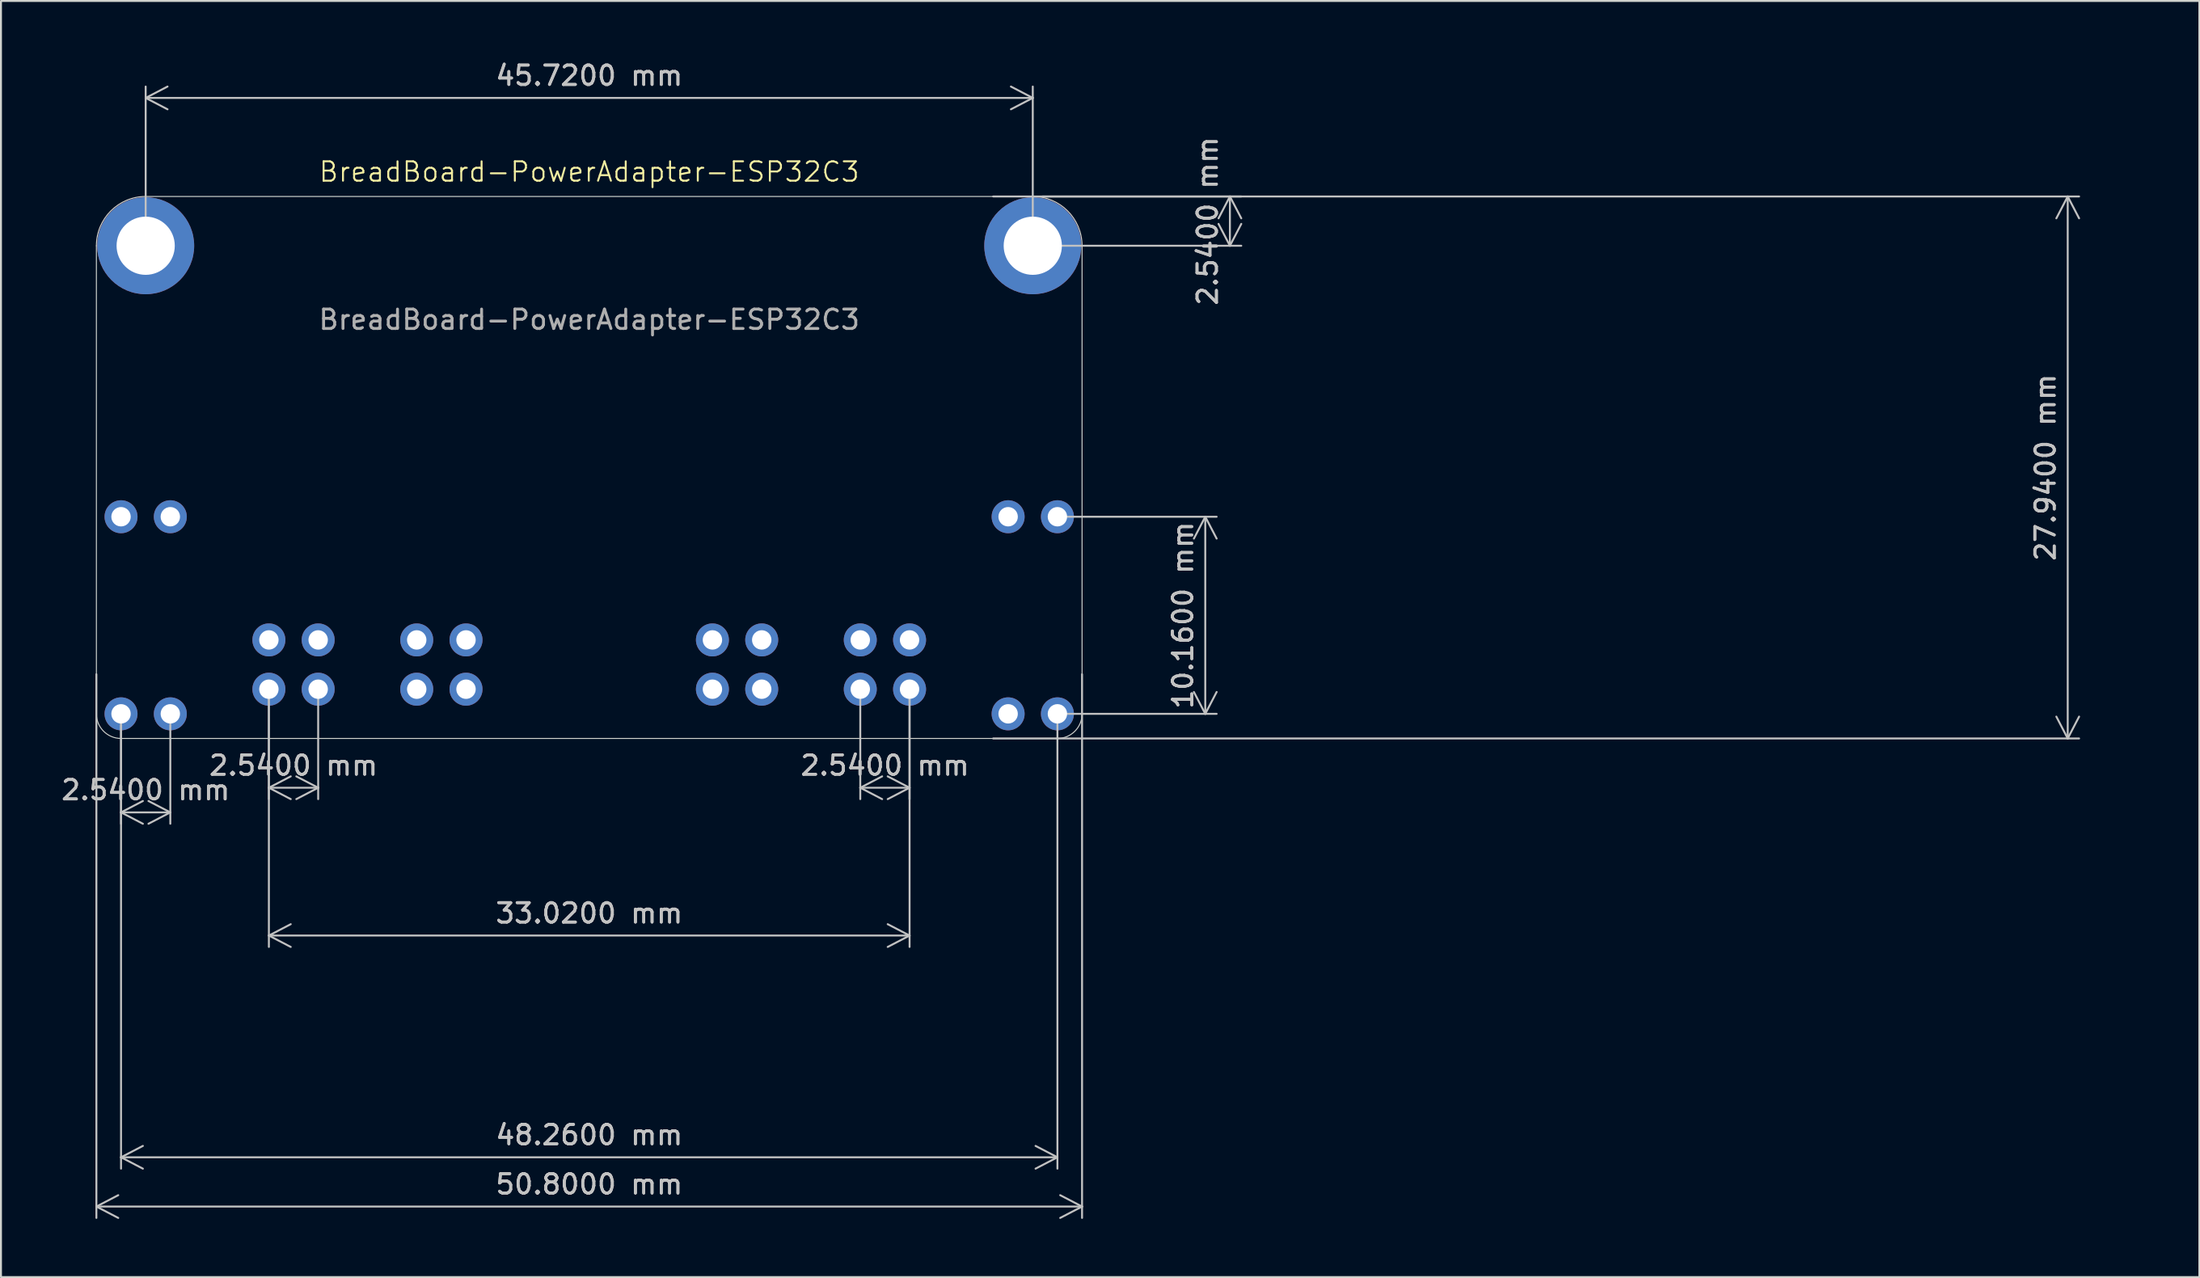
<source format=kicad_pcb>
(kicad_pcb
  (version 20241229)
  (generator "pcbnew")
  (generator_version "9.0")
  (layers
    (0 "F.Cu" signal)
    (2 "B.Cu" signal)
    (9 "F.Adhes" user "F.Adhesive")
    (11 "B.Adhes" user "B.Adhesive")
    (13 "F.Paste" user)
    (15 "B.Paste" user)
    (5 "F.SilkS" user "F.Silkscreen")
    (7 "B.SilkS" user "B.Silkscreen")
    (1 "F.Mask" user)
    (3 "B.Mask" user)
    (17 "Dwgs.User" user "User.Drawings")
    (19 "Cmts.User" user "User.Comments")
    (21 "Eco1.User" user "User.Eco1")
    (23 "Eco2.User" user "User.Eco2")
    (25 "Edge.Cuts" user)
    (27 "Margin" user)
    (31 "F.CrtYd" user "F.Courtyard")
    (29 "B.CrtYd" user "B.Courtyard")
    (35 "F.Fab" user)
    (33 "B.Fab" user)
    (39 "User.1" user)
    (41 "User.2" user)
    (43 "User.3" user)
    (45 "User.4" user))
  (footprint "BreadBoard-PowerAdapter-ESP32C3"
    (layer "F.Cu")
    (at 27.318 21.048)
    (property "Reference" "BreadBoard-PowerAdapter-ESP32C3" (at 0 -15.24 0) (unlocked yes) (layer "F.SilkS") (effects (font (size 1 1) (thickness 0.1))))
    (attr through_hole)
    (fp_line (start -25.4 12.7) (end -25.4 -11.43) (stroke (width 0.05) (type default)) (layer "Edge.Cuts"))
    (fp_line (start -24.13 13.97) (end 24.13 13.97) (stroke (width 0.05) (type default)) (layer "Edge.Cuts"))
    (fp_line (start -22.86 -13.97) (end 22.86 -13.97) (stroke (width 0.05) (type default)) (layer "Edge.Cuts"))
    (fp_line (start 25.4 -11.43) (end 25.4 12.7) (stroke (width 0.05) (type default)) (layer "Edge.Cuts"))
    (fp_arc (start -25.4 -11.43) (mid -24.656051 -13.226051) (end -22.86 -13.97) (stroke (width 0.05) (type default)) (layer "Edge.Cuts"))
    (fp_arc (start -24.13 13.97) (mid -25.028026 13.598026) (end -25.4 12.7) (stroke (width 0.05) (type default)) (layer "Edge.Cuts"))
    (fp_arc (start 22.86 -13.97) (mid 24.656051 -13.226051) (end 25.4 -11.43) (stroke (width 0.05) (type default)) (layer "Edge.Cuts"))
    (fp_arc (start 25.4 12.7) (mid 25.028026 13.598026) (end 24.13 13.97) (stroke (width 0.05) (type default)) (layer "Edge.Cuts"))
    (fp_text user "${REFERENCE}" (at 0 -7.62 0) (unlocked yes) (layer "F.Fab") (effects (font (size 1 1) (thickness 0.15))))
    (dimension (type aligned) (layer "Dwgs.User") (pts (xy 41.288 32.478) (xy 43.828 32.478)) (height 5.08) (format (prefix "") (suffix "") (units 3) (units_format 1) (precision 4)) (style (thickness 0.1) (arrow_length 1.27) (text_position_mode 0) (arrow_direction outward) (extension_height 0.586) (extension_offset 0.5) (keep_text_aligned yes)) (gr_text "2.5400 mm" (at 42.558 36.408 0) (layer "Dwgs.User") (effects (font (size 1 1) (thickness 0.15)))))
    (dimension (type aligned) (layer "Dwgs.User") (pts (xy 51.448 33.748) (xy 51.448 23.588)) (height 7.62) (format (prefix "") (suffix "") (units 3) (units_format 1) (precision 4)) (style (thickness 0.1) (arrow_length 1.27) (text_position_mode 0) (arrow_direction outward) (extension_height 0.586) (extension_offset 0.5) (keep_text_aligned yes)) (gr_text "10.1600 mm" (at 57.918 28.668 90) (layer "Dwgs.User") (effects (font (size 1 1) (thickness 0.15)))))
    (dimension (type aligned) (layer "Dwgs.User") (pts (xy 3.188 33.748) (xy 5.728 33.748)) (height 5.08) (format (prefix "") (suffix "") (units 3) (units_format 1) (precision 4)) (style (thickness 0.1) (arrow_length 1.27) (text_position_mode 0) (arrow_direction outward) (extension_height 0.586) (extension_offset 0.5) (keep_text_aligned yes)) (gr_text "2.5400 mm" (at 4.458 37.678 0) (layer "Dwgs.User") (effects (font (size 1 1) (thickness 0.15)))))
    (dimension (type aligned) (layer "Dwgs.User") (pts (xy 10.808 32.478) (xy 43.828 32.478)) (height 12.7) (format (prefix "") (suffix "") (units 3) (units_format 1) (precision 4)) (style (thickness 0.1) (arrow_length 1.27) (text_position_mode 0) (arrow_direction outward) (extension_height 0.586) (extension_offset 0.5) (keep_text_aligned yes)) (gr_text "33.0200 mm" (at 27.318 44.028 0) (layer "Dwgs.User") (effects (font (size 1 1) (thickness 0.15)))))
    (dimension (type aligned) (layer "Dwgs.User") (pts (xy 52.718 31.208) (xy 1.918 31.208)) (height -27.94) (format (prefix "") (suffix "") (units 3) (units_format 1) (precision 4)) (style (thickness 0.1) (arrow_length 1.27) (text_position_mode 0) (arrow_direction outward) (extension_height 0.586) (extension_offset 0.5) (keep_text_aligned yes)) (gr_text "50.8000 mm" (at 27.318 57.998 0) (layer "Dwgs.User") (effects (font (size 1 1) (thickness 0.15)))))
    (dimension (type aligned) (layer "Dwgs.User") (pts (xy 4.458 9.618) (xy 50.178 9.618)) (height -7.62) (format (prefix "") (suffix "") (units 3) (units_format 1) (precision 4)) (style (thickness 0.1) (arrow_length 1.27) (text_position_mode 0) (arrow_direction outward) (extension_height 0.586) (extension_offset 0.5) (keep_text_aligned yes)) (gr_text "45.7200 mm" (at 27.318 0.848 0) (layer "Dwgs.User") (effects (font (size 1 1) (thickness 0.15)))))
    (dimension (type aligned) (layer "Dwgs.User") (pts (xy 47.638 35.018) (xy 47.638 7.078)) (height 55.88) (format (prefix "") (suffix "") (units 3) (units_format 1) (precision 4)) (style (thickness 0.1) (arrow_length 1.27) (text_position_mode 0) (arrow_direction outward) (extension_height 0.586) (extension_offset 0.5) (keep_text_aligned yes)) (gr_text "27.9400 mm" (at 102.368 21.048 90) (layer "Dwgs.User") (effects (font (size 1 1) (thickness 0.15)))))
    (dimension (type aligned) (layer "Dwgs.User") (pts (xy 10.808 32.478) (xy 13.348 32.478)) (height 5.08) (format (prefix "") (suffix "") (units 3) (units_format 1) (precision 4)) (style (thickness 0.1) (arrow_length 1.27) (text_position_mode 0) (arrow_direction outward) (extension_height 0.586) (extension_offset 0.5) (keep_text_aligned yes)) (gr_text "2.5400 mm" (at 12.078 36.408 0) (layer "Dwgs.User") (effects (font (size 1 1) (thickness 0.15)))))
    (dimension (type aligned) (layer "Dwgs.User") (pts (xy 50.178 9.618) (xy 50.178 7.078)) (height 10.16) (format (prefix "") (suffix "") (units 3) (units_format 1) (precision 4)) (style (thickness 0.1) (arrow_length 1.27) (text_position_mode 0) (arrow_direction outward) (extension_height 0.586) (extension_offset 0.5) (keep_text_aligned yes)) (gr_text "2.5400 mm" (at 59.188 8.348 90) (layer "Dwgs.User") (effects (font (size 1 1) (thickness 0.15)))))
    (dimension (type aligned) (layer "Dwgs.User") (pts (xy 51.448 33.748) (xy 3.188 33.748)) (height -22.86) (format (prefix "") (suffix "") (units 3) (units_format 1) (precision 4)) (style (thickness 0.1) (arrow_length 1.27) (text_position_mode 0) (arrow_direction outward) (extension_height 0.586) (extension_offset 0.5) (keep_text_aligned yes)) (gr_text "48.2600 mm" (at 27.318 55.458 0) (layer "Dwgs.User") (effects (font (size 1 1) (thickness 0.15)))))
    (pad "1" thru_hole circle (at -16.51 8.89) (size 1.7 1.7) (drill 1) (layers "*.Cu" "*.Mask"))
    (pad "2" thru_hole circle (at -16.51 11.43) (size 1.7 1.7) (drill 1) (layers "*.Cu" "*.Mask"))
    (pad "3" thru_hole circle (at -13.97 8.89) (size 1.7 1.7) (drill 1) (layers "*.Cu" "*.Mask"))
    (pad "4" thru_hole circle (at -13.97 11.43) (size 1.7 1.7) (drill 1) (layers "*.Cu" "*.Mask"))
    (pad "5" thru_hole circle (at -8.89 8.89) (size 1.7 1.7) (drill 1) (layers "*.Cu" "*.Mask"))
    (pad "6" thru_hole circle (at -8.89 11.43) (size 1.7 1.7) (drill 1) (layers "*.Cu" "*.Mask"))
    (pad "7" thru_hole circle (at -6.35 8.89) (size 1.7 1.7) (drill 1) (layers "*.Cu" "*.Mask"))
    (pad "8" thru_hole circle (at -6.35 11.43) (size 1.7 1.7) (drill 1) (layers "*.Cu" "*.Mask"))
    (pad "9" thru_hole circle (at 6.35 8.89) (size 1.7 1.7) (drill 1) (layers "*.Cu" "*.Mask"))
    (pad "10" thru_hole circle (at 6.35 11.43) (size 1.7 1.7) (drill 1) (layers "*.Cu" "*.Mask"))
    (pad "11" thru_hole circle (at 8.89 8.89) (size 1.7 1.7) (drill 1) (layers "*.Cu" "*.Mask"))
    (pad "12" thru_hole circle (at 8.89 11.43) (size 1.7 1.7) (drill 1) (layers "*.Cu" "*.Mask"))
    (pad "13" thru_hole circle (at 13.97 8.89) (size 1.7 1.7) (drill 1) (layers "*.Cu" "*.Mask"))
    (pad "14" thru_hole circle (at 13.97 11.43) (size 1.7 1.7) (drill 1) (layers "*.Cu" "*.Mask"))
    (pad "15" thru_hole circle (at 16.51 8.89) (size 1.7 1.7) (drill 1) (layers "*.Cu" "*.Mask"))
    (pad "16" thru_hole circle (at 16.51 11.43) (size 1.7 1.7) (drill 1) (layers "*.Cu" "*.Mask"))
    (pad "G1" thru_hole circle (at -21.59 2.54) (size 1.7 1.7) (drill 1) (layers "*.Cu" "*.Mask"))
    (pad "G1" thru_hole circle (at -21.59 12.7) (size 1.7 1.7) (drill 1) (layers "*.Cu" "*.Mask"))
    (pad "G2" thru_hole circle (at 24.13 2.54) (size 1.7 1.7) (drill 1) (layers "*.Cu" "*.Mask"))
    (pad "G2" thru_hole circle (at 24.13 12.7) (size 1.7 1.7) (drill 1) (layers "*.Cu" "*.Mask"))
    (pad "GND" thru_hole circle (at -22.86 -11.43) (size 5 5) (drill 3) (layers "*.Cu" "*.Mask"))
    (pad "GND" thru_hole circle (at 22.86 -11.43) (size 5 5) (drill 3) (layers "*.Cu" "*.Mask"))
    (pad "V1" thru_hole circle (at -24.13 2.54) (size 1.7 1.7) (drill 1) (layers "*.Cu" "*.Mask"))
    (pad "V1" thru_hole circle (at -24.13 12.7) (size 1.7 1.7) (drill 1) (layers "*.Cu" "*.Mask"))
    (pad "V2" thru_hole circle (at 21.59 2.54) (size 1.7 1.7) (drill 1) (layers "*.Cu" "*.Mask"))
    (pad "V2" thru_hole circle (at 21.59 12.7) (size 1.7 1.7) (drill 1) (layers "*.Cu" "*.Mask")))
  (gr_rect
    (start -3 -3)
    (end 110.303 62.785)
    (stroke (width 0.1) (type default))
    (fill no)
    (layer "Edge.Cuts")))
</source>
